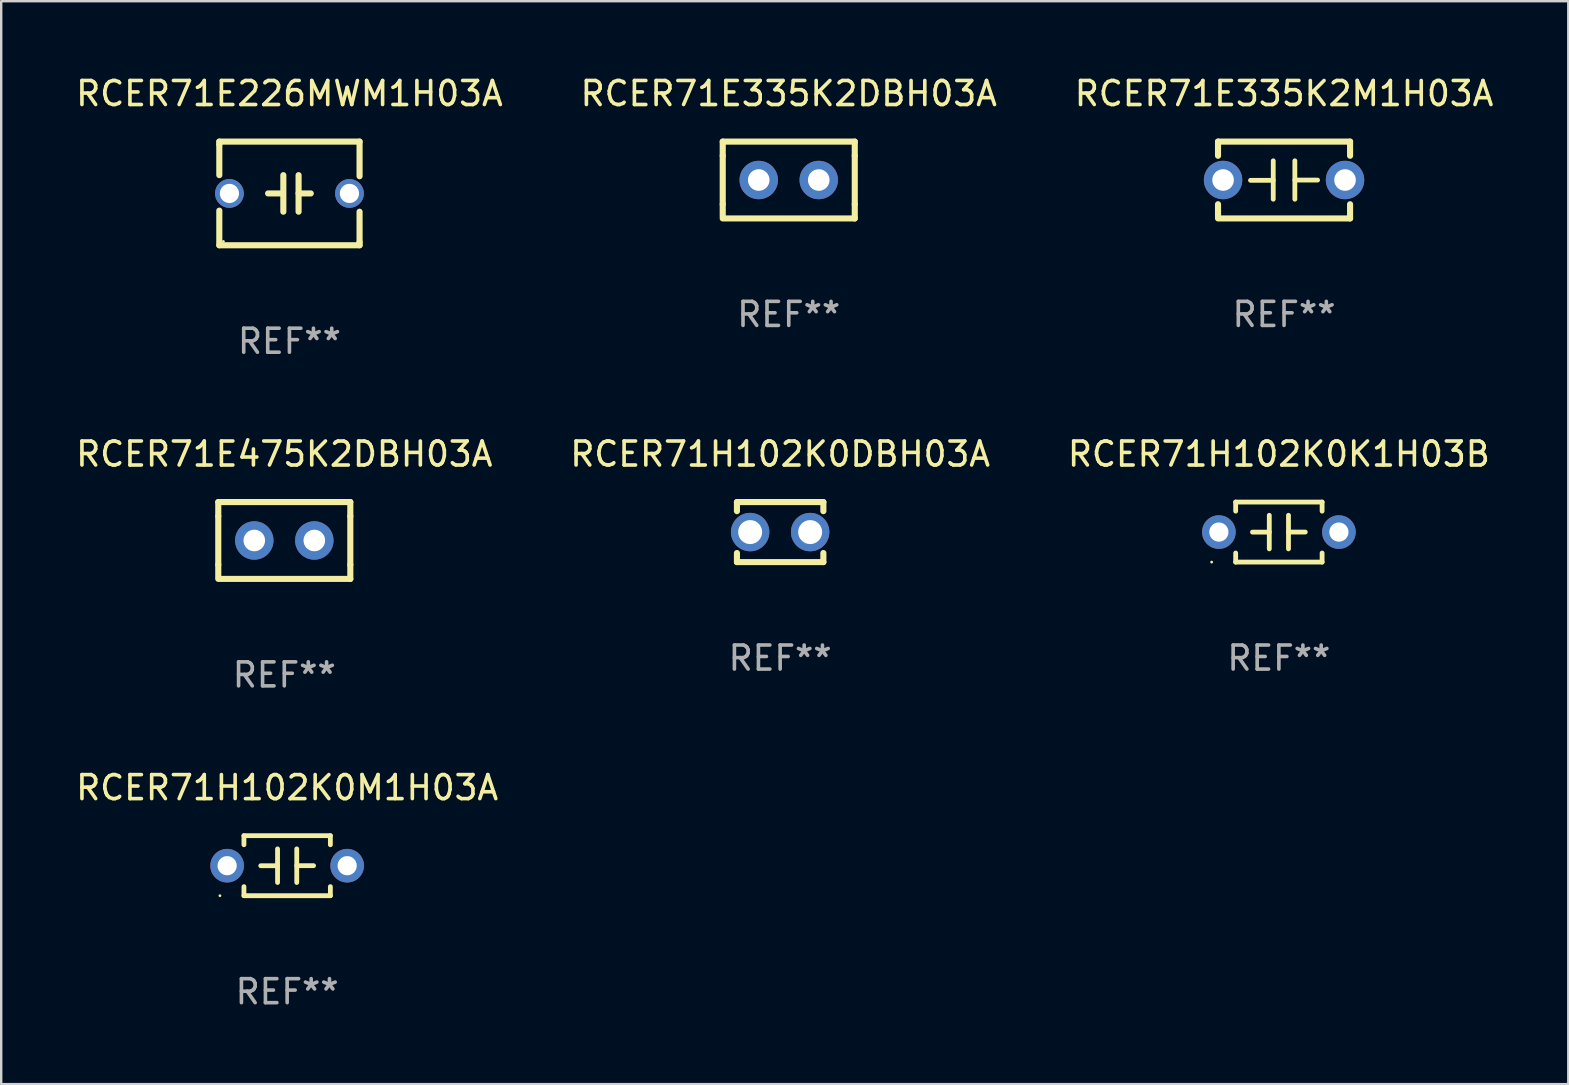
<source format=kicad_pcb>
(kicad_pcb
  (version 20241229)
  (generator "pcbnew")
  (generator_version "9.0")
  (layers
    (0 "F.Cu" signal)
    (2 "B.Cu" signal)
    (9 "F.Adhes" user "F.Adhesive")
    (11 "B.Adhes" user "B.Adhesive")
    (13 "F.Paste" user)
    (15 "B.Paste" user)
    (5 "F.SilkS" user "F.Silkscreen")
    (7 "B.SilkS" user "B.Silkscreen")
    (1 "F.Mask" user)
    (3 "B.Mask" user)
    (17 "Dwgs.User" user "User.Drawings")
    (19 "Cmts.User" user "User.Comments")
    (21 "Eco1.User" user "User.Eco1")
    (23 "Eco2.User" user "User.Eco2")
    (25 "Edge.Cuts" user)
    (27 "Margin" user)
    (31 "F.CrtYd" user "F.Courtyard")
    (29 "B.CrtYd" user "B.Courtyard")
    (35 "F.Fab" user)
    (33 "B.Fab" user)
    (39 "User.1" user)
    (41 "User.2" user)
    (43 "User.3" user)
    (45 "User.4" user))
  (footprint "RCER71H102K0K1H03B"
    (layer "F.Cu")
    (at 50.22 19.113)
    (property "Reference" "RCER71H102K0K1H03B" (at 0 -3.25 0) (layer "F.SilkS") (effects (font (size 1 1) (thickness 0.15))))
    (attr through_hole)
    (fp_line (start -1.8 -1.25) (end -1.8 -0.872) (stroke (width 0.2) (type solid)) (layer "F.SilkS"))
    (fp_line (start -1.8 -1.25) (end 1.8 -1.25) (stroke (width 0.2) (type solid)) (layer "F.SilkS"))
    (fp_line (start -1.8 0.872) (end -1.8 1.25) (stroke (width 0.2) (type solid)) (layer "F.SilkS"))
    (fp_line (start -1.8 1.25) (end 1.8 1.25) (stroke (width 0.2) (type solid)) (layer "F.SilkS"))
    (fp_line (start -0.4 -0.7) (end -0.4 0.7) (stroke (width 0.2) (type solid)) (layer "F.SilkS"))
    (fp_line (start -0.4 0.002) (end -1.1 0.002) (stroke (width 0.2) (type solid)) (layer "F.SilkS"))
    (fp_line (start 0.4 -0.001) (end 1.1 -0.001) (stroke (width 0.2) (type solid)) (layer "F.SilkS"))
    (fp_line (start 0.4 0.7) (end 0.4 -0.7) (stroke (width 0.2) (type solid)) (layer "F.SilkS"))
    (fp_line (start 1.8 -1.25) (end 1.8 -0.872) (stroke (width 0.2) (type solid)) (layer "F.SilkS"))
    (fp_line (start 1.8 0.872) (end 1.8 1.25) (stroke (width 0.2) (type solid)) (layer "F.SilkS"))
    (fp_circle (center -2.8 1.25) (end -2.77 1.25) (stroke (width 0.06) (type solid)) (fill no) (layer "F.SilkS"))
    (fp_text user "REF**" (at 0 5.25 0) (layer "F.Fab") (effects (font (size 1 1) (thickness 0.15))))
    (pad "1" thru_hole circle (at -2.5 0) (size 1.4 1.4) (drill 0.8) (layers "*.Cu" "*.Mask"))
    (pad "2" thru_hole circle (at 2.5 0) (size 1.4 1.4) (drill 0.8) (layers "*.Cu" "*.Mask")))
  (footprint "RCER71H102K0M1H03A"
    (layer "F.Cu")
    (at 8.911 33.009)
    (property "Reference" "RCER71H102K0M1H03A" (at 0 -3.25 0) (layer "F.SilkS") (effects (font (size 1 1) (thickness 0.15))))
    (attr through_hole)
    (fp_line (start -1.8 -1.25) (end -1.8 -0.872) (stroke (width 0.2) (type solid)) (layer "F.SilkS"))
    (fp_line (start -1.8 -1.25) (end 1.8 -1.25) (stroke (width 0.2) (type solid)) (layer "F.SilkS"))
    (fp_line (start -1.8 0.872) (end -1.8 1.25) (stroke (width 0.2) (type solid)) (layer "F.SilkS"))
    (fp_line (start -1.8 1.25) (end 1.8 1.25) (stroke (width 0.2) (type solid)) (layer "F.SilkS"))
    (fp_line (start -0.4 -0.7) (end -0.4 0.7) (stroke (width 0.2) (type solid)) (layer "F.SilkS"))
    (fp_line (start -0.4 0.002) (end -1.1 0.002) (stroke (width 0.2) (type solid)) (layer "F.SilkS"))
    (fp_line (start 0.4 -0.001) (end 1.1 -0.001) (stroke (width 0.2) (type solid)) (layer "F.SilkS"))
    (fp_line (start 0.4 0.7) (end 0.4 -0.7) (stroke (width 0.2) (type solid)) (layer "F.SilkS"))
    (fp_line (start 1.8 -1.25) (end 1.8 -0.872) (stroke (width 0.2) (type solid)) (layer "F.SilkS"))
    (fp_line (start 1.8 0.872) (end 1.8 1.25) (stroke (width 0.2) (type solid)) (layer "F.SilkS"))
    (fp_circle (center -2.8 1.25) (end -2.77 1.25) (stroke (width 0.06) (type solid)) (fill no) (layer "F.SilkS"))
    (fp_text user "REF**" (at 0 5.25 0) (layer "F.Fab") (effects (font (size 1 1) (thickness 0.15))))
    (pad "1" thru_hole circle (at -2.5 0) (size 1.4 1.4) (drill 0.8) (layers "*.Cu" "*.Mask"))
    (pad "2" thru_hole circle (at 2.5 0) (size 1.4 1.4) (drill 0.8) (layers "*.Cu" "*.Mask")))
  (footprint "RCER71E335K2M1H03A"
    (layer "F.Cu")
    (at 50.435 4.448)
    (property "Reference" "RCER71E335K2M1H03A" (at 0 -3.6 0) (layer "F.SilkS") (effects (font (size 1 1) (thickness 0.15))))
    (attr through_hole)
    (fp_line (start -2.75 -1.6) (end -2.75 -1.009) (stroke (width 0.254) (type solid)) (layer "F.SilkS"))
    (fp_line (start -2.75 -1.6) (end 2.75 -1.6) (stroke (width 0.254) (type solid)) (layer "F.SilkS"))
    (fp_line (start -2.75 1.009) (end -2.75 1.524) (stroke (width 0.254) (type solid)) (layer "F.SilkS"))
    (fp_line (start -2.75 1.6) (end 2.75 1.6) (stroke (width 0.254) (type solid)) (layer "F.SilkS"))
    (fp_line (start -0.45 -0.8) (end -0.45 0.8) (stroke (width 0.2) (type solid)) (layer "F.SilkS"))
    (fp_line (start -0.45 0.013) (end -1.397 0.013) (stroke (width 0.2) (type solid)) (layer "F.SilkS"))
    (fp_line (start 0.45 0.003) (end 1.397 0.003) (stroke (width 0.2) (type solid)) (layer "F.SilkS"))
    (fp_line (start 0.45 0.8) (end 0.45 -0.8) (stroke (width 0.2) (type solid)) (layer "F.SilkS"))
    (fp_line (start 2.75 -1.6) (end 2.75 -1.009) (stroke (width 0.254) (type solid)) (layer "F.SilkS"))
    (fp_line (start 2.75 1.009) (end 2.75 1.6) (stroke (width 0.254) (type solid)) (layer "F.SilkS"))
    (fp_circle (center -2.79 1.6) (end -2.76 1.6) (stroke (width 0.06) (type solid)) (fill no) (layer "F.SilkS"))
    (fp_text user "REF**" (at 0 5.6 0) (layer "F.Fab") (effects (font (size 1 1) (thickness 0.15))))
    (pad "1" thru_hole circle (at -2.54 0) (size 1.6 1.6) (drill 0.9) (layers "*.Cu" "*.Mask"))
    (pad "2" thru_hole circle (at 2.54 0) (size 1.6 1.6) (drill 0.9) (layers "*.Cu" "*.Mask")))
  (footprint "RCER71H102K0DBH03A"
    (layer "F.Cu")
    (at 29.446 19.113)
    (property "Reference" "RCER71H102K0DBH03A" (at 0 -3.25 0) (layer "F.SilkS") (effects (font (size 1 1) (thickness 0.15))))
    (attr through_hole)
    (fp_line (start -1.8 -1.25) (end -1.8 -0.872) (stroke (width 0.254) (type solid)) (layer "F.SilkS"))
    (fp_line (start -1.8 -1.25) (end 1.8 -1.25) (stroke (width 0.254) (type solid)) (layer "F.SilkS"))
    (fp_line (start -1.8 0.872) (end -1.8 1.25) (stroke (width 0.254) (type solid)) (layer "F.SilkS"))
    (fp_line (start -1.8 1.25) (end 1.8 1.25) (stroke (width 0.254) (type solid)) (layer "F.SilkS"))
    (fp_line (start 1.8 -1.25) (end 1.8 -0.872) (stroke (width 0.254) (type solid)) (layer "F.SilkS"))
    (fp_line (start 1.8 0.872) (end 1.8 1.25) (stroke (width 0.254) (type solid)) (layer "F.SilkS"))
    (fp_circle (center -1.8 1.25) (end -1.77 1.25) (stroke (width 0.06) (type solid)) (fill no) (layer "F.SilkS"))
    (fp_text user "REF**" (at 0 5.25 0) (layer "F.Fab") (effects (font (size 1 1) (thickness 0.15))))
    (pad "1" thru_hole circle (at -1.25 0) (size 1.6 1.6) (drill 1) (layers "*.Cu" "*.Mask"))
    (pad "2" thru_hole circle (at 1.25 0) (size 1.6 1.6) (drill 1) (layers "*.Cu" "*.Mask")))
  (footprint "RCER71E226MWM1H03A"
    (layer "F.Cu")
    (at 9.006 5.007)
    (property "Reference" "RCER71E226MWM1H03A" (at 0 -4.159 0) (layer "F.SilkS") (effects (font (size 1 1) (thickness 0.15))))
    (attr through_hole)
    (fp_line (start -2.921 -2.159) (end 2.921 -2.159) (stroke (width 0.254) (type solid)) (layer "F.SilkS"))
    (fp_line (start -2.921 -2.032) (end -2.921 -2.159) (stroke (width 0.254) (type solid)) (layer "F.SilkS"))
    (fp_line (start -2.921 -0.762) (end -2.921 -2.032) (stroke (width 0.254) (type solid)) (layer "F.SilkS"))
    (fp_line (start -2.921 2.159) (end -2.921 0.716) (stroke (width 0.254) (type solid)) (layer "F.SilkS"))
    (fp_line (start -0.381 -0.000025) (end -0.889 -0.000025) (stroke (width 0.254) (type solid)) (layer "F.SilkS"))
    (fp_line (start -0.254 -0.762) (end -0.254 0.762) (stroke (width 0.254) (type solid)) (layer "F.SilkS"))
    (fp_line (start 0.381 -0.762) (end 0.381 0.762) (stroke (width 0.254) (type solid)) (layer "F.SilkS"))
    (fp_line (start 0.381 0.000025) (end 0.889 0.000025) (stroke (width 0.254) (type solid)) (layer "F.SilkS"))
    (fp_line (start 2.921 -2.159) (end 2.921 -0.716) (stroke (width 0.254) (type solid)) (layer "F.SilkS"))
    (fp_line (start 2.921 0.762) (end 2.921 2.032) (stroke (width 0.254) (type solid)) (layer "F.SilkS"))
    (fp_line (start 2.921 2.032) (end 2.921 2.159) (stroke (width 0.254) (type solid)) (layer "F.SilkS"))
    (fp_line (start 2.921 2.159) (end -2.921 2.159) (stroke (width 0.254) (type solid)) (layer "F.SilkS"))
    (fp_circle (center -2.75 2) (end -2.72 2) (stroke (width 0.06) (type solid)) (fill no) (layer "F.SilkS"))
    (fp_text user "REF**" (at 0 6.159 0) (layer "F.Fab") (effects (font (size 1 1) (thickness 0.15))))
    (pad "1" thru_hole circle (at -2.5 0) (size 1.2 1.2) (drill 0.8) (layers "*.Cu" "*.Mask"))
    (pad "2" thru_hole circle (at 2.5 0) (size 1.2 1.2) (drill 0.8) (layers "*.Cu" "*.Mask")))
  (footprint "RCER71E335K2DBH03A"
    (layer "F.Cu")
    (at 29.804 4.448)
    (property "Reference" "RCER71E335K2DBH03A" (at 0 -3.6 0) (layer "F.SilkS") (effects (font (size 1 1) (thickness 0.15))))
    (attr through_hole)
    (fp_line (start -2.75 -1.6) (end -2.75 -1.01) (stroke (width 0.254) (type solid)) (layer "F.SilkS"))
    (fp_line (start -2.75 -1.6) (end 2.75 -1.6) (stroke (width 0.254) (type solid)) (layer "F.SilkS"))
    (fp_line (start -2.75 -1.01) (end -2.75 1.01) (stroke (width 0.254) (type solid)) (layer "F.SilkS"))
    (fp_line (start -2.75 1.01) (end -2.75 1.524) (stroke (width 0.254) (type solid)) (layer "F.SilkS"))
    (fp_line (start -2.75 1.6) (end 2.75 1.6) (stroke (width 0.254) (type solid)) (layer "F.SilkS"))
    (fp_line (start 2.75 -1.6) (end 2.75 -1.01) (stroke (width 0.254) (type solid)) (layer "F.SilkS"))
    (fp_line (start 2.75 -1.01) (end 2.75 1.01) (stroke (width 0.254) (type solid)) (layer "F.SilkS"))
    (fp_line (start 2.75 1.01) (end 2.75 1.6) (stroke (width 0.254) (type solid)) (layer "F.SilkS"))
    (fp_circle (center -2.75 1.6) (end -2.72 1.6) (stroke (width 0.06) (type solid)) (fill no) (layer "F.SilkS"))
    (fp_text user "REF**" (at 0 5.6 0) (layer "F.Fab") (effects (font (size 1 1) (thickness 0.15))))
    (pad "1" thru_hole circle (at -1.25 0) (size 1.6 1.6) (drill 0.9) (layers "*.Cu" "*.Mask"))
    (pad "2" thru_hole circle (at 1.25 0) (size 1.6 1.6) (drill 0.9) (layers "*.Cu" "*.Mask")))
  (footprint "RCER71E475K2DBH03A"
    (layer "F.Cu")
    (at 8.792 19.463)
    (property "Reference" "RCER71E475K2DBH03A" (at 0 -3.6 0) (layer "F.SilkS") (effects (font (size 1 1) (thickness 0.15))))
    (attr through_hole)
    (fp_line (start -2.75 -1.6) (end -2.75 -1.01) (stroke (width 0.254) (type solid)) (layer "F.SilkS"))
    (fp_line (start -2.75 -1.6) (end 2.75 -1.6) (stroke (width 0.254) (type solid)) (layer "F.SilkS"))
    (fp_line (start -2.75 -1.01) (end -2.75 1.01) (stroke (width 0.254) (type solid)) (layer "F.SilkS"))
    (fp_line (start -2.75 1.01) (end -2.75 1.524) (stroke (width 0.254) (type solid)) (layer "F.SilkS"))
    (fp_line (start -2.75 1.6) (end 2.75 1.6) (stroke (width 0.254) (type solid)) (layer "F.SilkS"))
    (fp_line (start 2.75 -1.6) (end 2.75 -1.01) (stroke (width 0.254) (type solid)) (layer "F.SilkS"))
    (fp_line (start 2.75 -1.01) (end 2.75 1.01) (stroke (width 0.254) (type solid)) (layer "F.SilkS"))
    (fp_line (start 2.75 1.01) (end 2.75 1.6) (stroke (width 0.254) (type solid)) (layer "F.SilkS"))
    (fp_circle (center -2.75 1.6) (end -2.72 1.6) (stroke (width 0.06) (type solid)) (fill no) (layer "F.SilkS"))
    (fp_text user "REF**" (at 0 5.6 0) (layer "F.Fab") (effects (font (size 1 1) (thickness 0.15))))
    (pad "1" thru_hole circle (at -1.25 0) (size 1.6 1.6) (drill 0.9) (layers "*.Cu" "*.Mask"))
    (pad "2" thru_hole circle (at 1.25 0) (size 1.6 1.6) (drill 0.9) (layers "*.Cu" "*.Mask")))
  (gr_rect
    (start -3 -3)
    (end 62.274 42.108)
    (stroke (width 0.1) (type default))
    (fill no)
    (layer "Edge.Cuts")))
</source>
